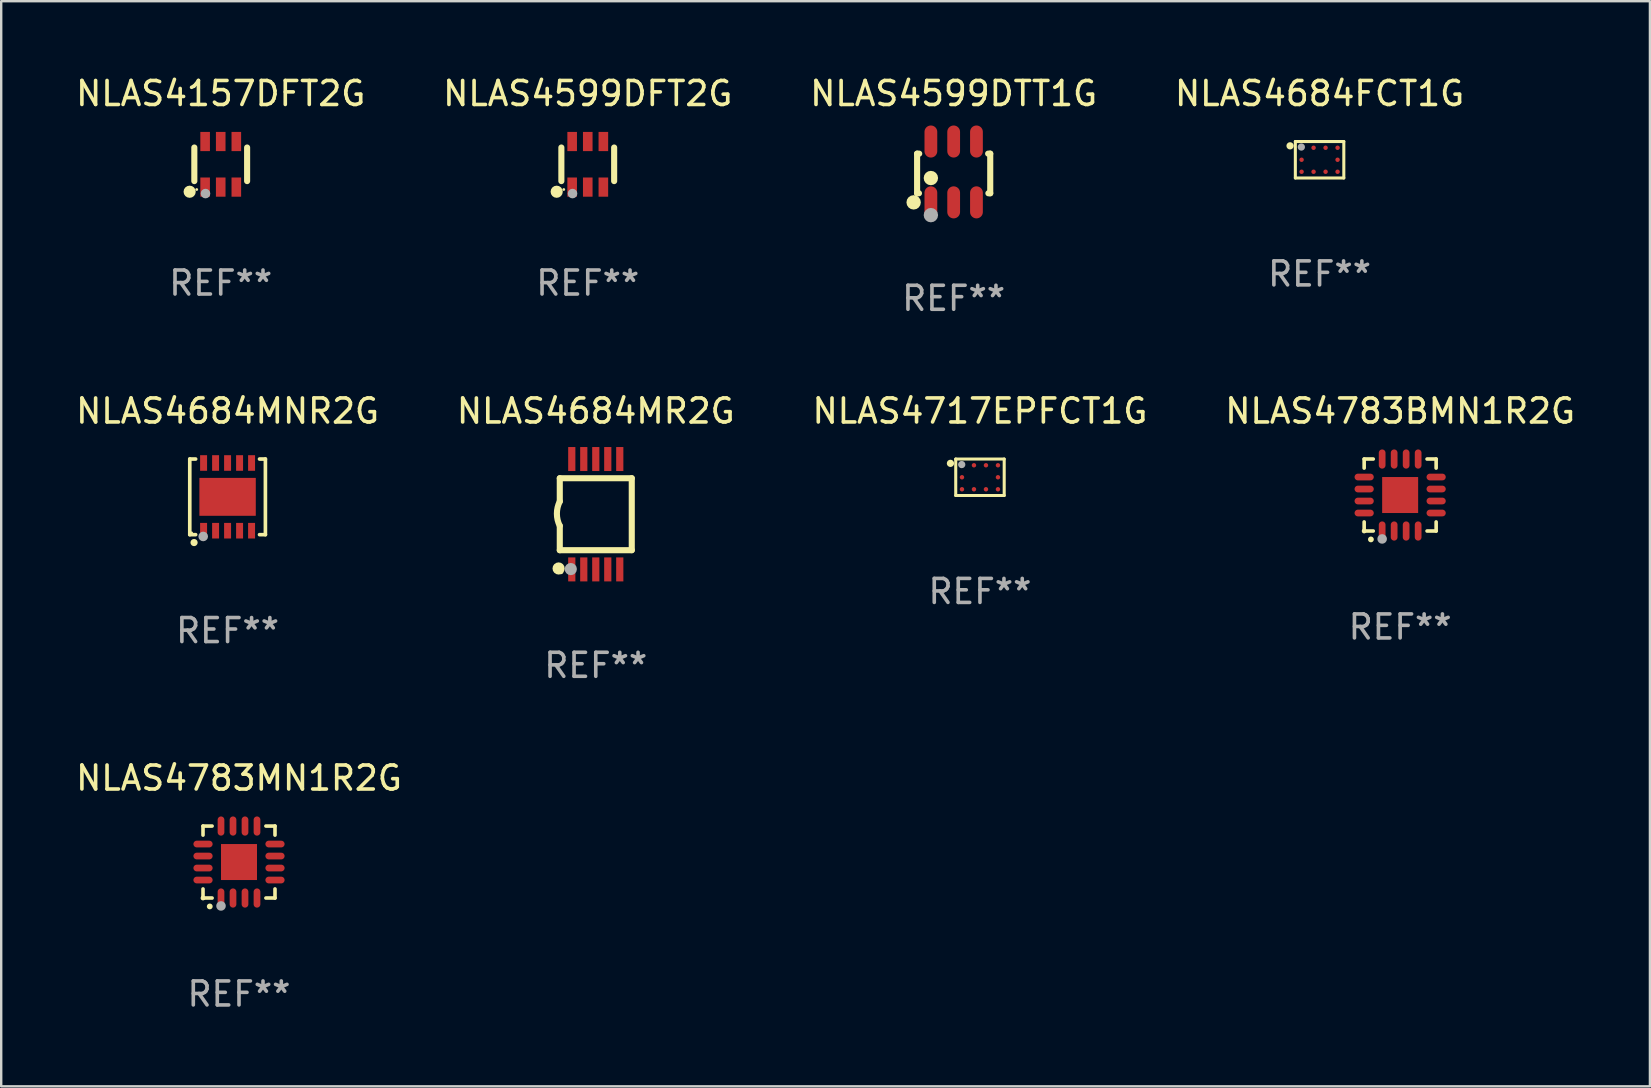
<source format=kicad_pcb>
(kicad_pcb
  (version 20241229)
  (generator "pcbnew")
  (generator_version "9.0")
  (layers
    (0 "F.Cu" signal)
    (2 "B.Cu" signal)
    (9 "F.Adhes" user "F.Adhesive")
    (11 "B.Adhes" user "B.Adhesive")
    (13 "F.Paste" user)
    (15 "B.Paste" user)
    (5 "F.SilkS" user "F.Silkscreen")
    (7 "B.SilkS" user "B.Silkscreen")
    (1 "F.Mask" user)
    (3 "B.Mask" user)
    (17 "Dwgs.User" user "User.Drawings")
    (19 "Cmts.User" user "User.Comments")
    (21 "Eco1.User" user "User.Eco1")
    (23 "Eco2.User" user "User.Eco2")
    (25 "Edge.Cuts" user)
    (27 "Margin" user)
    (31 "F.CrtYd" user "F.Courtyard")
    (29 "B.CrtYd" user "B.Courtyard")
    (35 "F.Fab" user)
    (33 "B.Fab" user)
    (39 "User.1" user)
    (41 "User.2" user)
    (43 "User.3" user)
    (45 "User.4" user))
  (footprint "NLAS4157DFT2G"
    (layer "F.Cu")
    (at 6.149 3.798)
    (property "Reference" "NLAS4157DFT2G" (at 0 -2.95 0) (layer "F.SilkS") (effects (font (size 1 1) (thickness 0.15))))
    (attr through_hole)
    (fp_line (start -1.1 -0.7) (end -1.1 0.7) (stroke (width 0.254) (type solid)) (layer "F.SilkS"))
    (fp_line (start 1.1 -0.7) (end 1.1 0.7) (stroke (width 0.254) (type solid)) (layer "F.SilkS"))
    (fp_circle (center -1.295 1.143) (end -1.168 1.143) (stroke (width 0.254) (type solid)) (fill no) (layer "F.SilkS"))
    (fp_circle (center -1 1.05) (end -0.97 1.05) (stroke (width 0.06) (type solid)) (fill no) (layer "F.SilkS"))
    (fp_circle (center -0.635 1.219) (end -0.535 1.219) (stroke (width 0.2) (type solid)) (fill no) (layer "F.Fab"))
    (fp_text user "REF**" (at 0 4.95 0) (layer "F.Fab") (effects (font (size 1 1) (thickness 0.15))))
    (pad "1" smd rect (at -0.65 0.95) (size 0.4 0.8) (layers "F.Cu" "F.Mask" "F.Paste"))
    (pad "2" smd rect (at 0 0.95) (size 0.4 0.8) (layers "F.Cu" "F.Mask" "F.Paste"))
    (pad "3" smd rect (at 0.65 0.95) (size 0.4 0.8) (layers "F.Cu" "F.Mask" "F.Paste"))
    (pad "4" smd rect (at 0.65 -0.95) (size 0.4 0.8) (layers "F.Cu" "F.Mask" "F.Paste"))
    (pad "5" smd rect (at 0 -0.95) (size 0.4 0.8) (layers "F.Cu" "F.Mask" "F.Paste"))
    (pad "6" smd rect (at -0.65 -0.95) (size 0.4 0.8) (layers "F.Cu" "F.Mask" "F.Paste")))
  (footprint "NLAS4684MNR2G"
    (layer "F.Cu")
    (at 6.435 17.657)
    (property "Reference" "NLAS4684MNR2G" (at 0 -3.576 0) (layer "F.SilkS") (effects (font (size 1 1) (thickness 0.15))))
    (attr through_hole)
    (fp_line (start -1.576 -1.576) (end -1.331 -1.576) (stroke (width 0.152) (type solid)) (layer "F.SilkS"))
    (fp_line (start -1.576 1.576) (end -1.576 -1.576) (stroke (width 0.152) (type solid)) (layer "F.SilkS"))
    (fp_line (start -1.331 1.576) (end -1.576 1.576) (stroke (width 0.152) (type solid)) (layer "F.SilkS"))
    (fp_line (start 1.331 1.576) (end 1.576 1.576) (stroke (width 0.152) (type solid)) (layer "F.SilkS"))
    (fp_line (start 1.576 -1.576) (end 1.331 -1.576) (stroke (width 0.152) (type solid)) (layer "F.SilkS"))
    (fp_line (start 1.576 1.576) (end 1.576 -1.576) (stroke (width 0.152) (type solid)) (layer "F.SilkS"))
    (fp_circle (center -1.5 1.5) (end -1.47 1.5) (stroke (width 0.06) (type solid)) (fill no) (layer "F.SilkS"))
    (fp_circle (center -1.397 1.905) (end -1.322 1.905) (stroke (width 0.15) (type solid)) (fill no) (layer "F.SilkS"))
    (fp_circle (center -1.016 1.651) (end -0.916 1.651) (stroke (width 0.2) (type solid)) (fill no) (layer "F.Fab"))
    (fp_text user "REF**" (at 0 5.576 0) (layer "F.Fab") (effects (font (size 1 1) (thickness 0.15))))
    (pad "1" smd rect (at -1 1.411) (size 0.29 0.65) (layers "F.Cu" "F.Mask" "F.Paste"))
    (pad "2" smd rect (at -0.5 1.411) (size 0.29 0.65) (layers "F.Cu" "F.Mask" "F.Paste"))
    (pad "3" smd rect (at 0 1.411) (size 0.29 0.65) (layers "F.Cu" "F.Mask" "F.Paste"))
    (pad "4" smd rect (at 0.5 1.411) (size 0.29 0.65) (layers "F.Cu" "F.Mask" "F.Paste"))
    (pad "5" smd rect (at 1 1.411) (size 0.29 0.65) (layers "F.Cu" "F.Mask" "F.Paste"))
    (pad "6" smd rect (at 1 -1.411) (size 0.29 0.65) (layers "F.Cu" "F.Mask" "F.Paste"))
    (pad "7" smd rect (at 0.5 -1.411) (size 0.29 0.65) (layers "F.Cu" "F.Mask" "F.Paste"))
    (pad "8" smd rect (at 0 -1.411) (size 0.29 0.65) (layers "F.Cu" "F.Mask" "F.Paste"))
    (pad "9" smd rect (at -0.5 -1.411) (size 0.29 0.65) (layers "F.Cu" "F.Mask" "F.Paste"))
    (pad "10" smd rect (at -1 -1.411) (size 0.29 0.65) (layers "F.Cu" "F.Mask" "F.Paste"))
    (pad "11" smd rect (at 0 0) (size 2.35 1.58) (layers "F.Cu" "F.Mask" "F.Paste")))
  (footprint "NLAS4783BMN1R2G"
    (layer "F.Cu")
    (at 55.304 17.581)
    (property "Reference" "NLAS4783BMN1R2G" (at 0 -3.5 0) (layer "F.SilkS") (effects (font (size 1 1) (thickness 0.15))))
    (attr through_hole)
    (fp_line (start -1.5 -1.5) (end -1.121 -1.5) (stroke (width 0.15) (type solid)) (layer "F.SilkS"))
    (fp_line (start -1.5 -1.122) (end -1.5 -1.5) (stroke (width 0.15) (type solid)) (layer "F.SilkS"))
    (fp_line (start -1.5 1.5) (end -1.5 1.121) (stroke (width 0.15) (type solid)) (layer "F.SilkS"))
    (fp_line (start -1.121 1.5) (end -1.5 1.5) (stroke (width 0.15) (type solid)) (layer "F.SilkS"))
    (fp_line (start 1.121 -1.5) (end 1.5 -1.5) (stroke (width 0.15) (type solid)) (layer "F.SilkS"))
    (fp_line (start 1.5 -1.5) (end 1.5 -1.122) (stroke (width 0.15) (type solid)) (layer "F.SilkS"))
    (fp_line (start 1.5 1.121) (end 1.5 1.5) (stroke (width 0.15) (type solid)) (layer "F.SilkS"))
    (fp_line (start 1.5 1.5) (end 1.121 1.5) (stroke (width 0.15) (type solid)) (layer "F.SilkS"))
    (fp_arc (start -1.219926 1.850254) (mid -1.21891 1.85025) (end -1.217894 1.850254) (stroke (width 0.240005) (type solid)) (layer "F.SilkS"))
    (fp_circle (center -1.5 1.5) (end -1.45 1.5) (stroke (width 0.1) (type solid)) (fill no) (layer "F.SilkS"))
    (fp_circle (center -0.75 1.83) (end -0.65 1.83) (stroke (width 0.2) (type solid)) (fill no) (layer "F.Fab"))
    (fp_text user "REF**" (at 0 5.5 0) (layer "F.Fab") (effects (font (size 1 1) (thickness 0.15))))
    (pad "1" smd oval (at -0.75 1.5) (size 0.28 0.8) (layers "F.Cu" "F.Mask" "F.Paste"))
    (pad "2" smd oval (at -0.25 1.5) (size 0.28 0.8) (layers "F.Cu" "F.Mask" "F.Paste"))
    (pad "3" smd oval (at 0.25 1.5) (size 0.28 0.8) (layers "F.Cu" "F.Mask" "F.Paste"))
    (pad "4" smd oval (at 0.75 1.5) (size 0.28 0.8) (layers "F.Cu" "F.Mask" "F.Paste"))
    (pad "5" smd oval (at 1.5 0.75) (size 0.8 0.28) (layers "F.Cu" "F.Mask" "F.Paste"))
    (pad "6" smd oval (at 1.5 0.25) (size 0.8 0.28) (layers "F.Cu" "F.Mask" "F.Paste"))
    (pad "7" smd oval (at 1.5 -0.25) (size 0.8 0.28) (layers "F.Cu" "F.Mask" "F.Paste"))
    (pad "8" smd oval (at 1.5 -0.75) (size 0.8 0.28) (layers "F.Cu" "F.Mask" "F.Paste"))
    (pad "9" smd oval (at 0.75 -1.5) (size 0.28 0.8) (layers "F.Cu" "F.Mask" "F.Paste"))
    (pad "10" smd oval (at 0.25 -1.5) (size 0.28 0.8) (layers "F.Cu" "F.Mask" "F.Paste"))
    (pad "11" smd oval (at -0.25 -1.5) (size 0.28 0.8) (layers "F.Cu" "F.Mask" "F.Paste"))
    (pad "12" smd oval (at -0.75 -1.5) (size 0.28 0.8) (layers "F.Cu" "F.Mask" "F.Paste"))
    (pad "13" smd oval (at -1.5 -0.75) (size 0.8 0.28) (layers "F.Cu" "F.Mask" "F.Paste"))
    (pad "14" smd oval (at -1.5 -0.25) (size 0.8 0.28) (layers "F.Cu" "F.Mask" "F.Paste"))
    (pad "15" smd oval (at -1.5 0.25) (size 0.8 0.28) (layers "F.Cu" "F.Mask" "F.Paste"))
    (pad "16" smd oval (at -1.5 0.75) (size 0.8 0.28) (layers "F.Cu" "F.Mask" "F.Paste"))
    (pad "17" smd rect (at -0.000064 0.000165) (size 1.5 1.5) (layers "F.Cu" "F.Mask" "F.Paste")))
  (footprint "NLAS4684MR2G"
    (layer "F.Cu")
    (at 21.78 18.381)
    (property "Reference" "NLAS4684MR2G" (at 0 -4.3 0) (layer "F.SilkS") (effects (font (size 1 1) (thickness 0.15))))
    (attr through_hole)
    (fp_line (start -1.5 -1.5) (end -1.5 -0.533) (stroke (width 0.254) (type solid)) (layer "F.SilkS"))
    (fp_line (start -1.5 -1.5) (end 1.5 -1.5) (stroke (width 0.254) (type solid)) (layer "F.SilkS"))
    (fp_line (start -1.5 1.5) (end -1.5 0.483) (stroke (width 0.254) (type solid)) (layer "F.SilkS"))
    (fp_line (start -1.5 1.5) (end 1.5 1.5) (stroke (width 0.254) (type solid)) (layer "F.SilkS"))
    (fp_line (start 1.5 1.5) (end 1.5 -1.5) (stroke (width 0.254) (type solid)) (layer "F.SilkS"))
    (fp_arc (start -1.501015 0.483109) (mid -1.620651 -0.025266) (end -1.5 -0.533401) (stroke (width 0.254001) (type solid)) (layer "F.SilkS"))
    (fp_circle (center -1.549 2.261) (end -1.422 2.261) (stroke (width 0.254) (type solid)) (fill no) (layer "F.SilkS"))
    (fp_circle (center -1.45 2.4) (end -1.4 2.4) (stroke (width 0.1) (type solid)) (fill no) (layer "F.SilkS"))
    (fp_circle (center -1.041 2.286) (end -0.914 2.286) (stroke (width 0.254) (type solid)) (fill no) (layer "F.Fab"))
    (fp_text user "REF**" (at 0 6.3 0) (layer "F.Fab") (effects (font (size 1 1) (thickness 0.15))))
    (pad "1" smd rect (at -1 2.3 90) (size 1 0.3) (layers "F.Cu" "F.Mask" "F.Paste"))
    (pad "2" smd rect (at -0.5 2.3 90) (size 1 0.3) (layers "F.Cu" "F.Mask" "F.Paste"))
    (pad "3" smd rect (at 0.000127 2.3 90) (size 1 0.3) (layers "F.Cu" "F.Mask" "F.Paste"))
    (pad "4" smd rect (at 0.5 2.3 90) (size 1 0.3) (layers "F.Cu" "F.Mask" "F.Paste"))
    (pad "5" smd rect (at 1 2.3 90) (size 1 0.3) (layers "F.Cu" "F.Mask" "F.Paste"))
    (pad "6" smd rect (at 1 -2.3 270) (size 1 0.3) (layers "F.Cu" "F.Mask" "F.Paste"))
    (pad "7" smd rect (at 0.5 -2.3 90) (size 1 0.3) (layers "F.Cu" "F.Mask" "F.Paste"))
    (pad "8" smd rect (at 0.000127 -2.3 90) (size 1 0.3) (layers "F.Cu" "F.Mask" "F.Paste"))
    (pad "9" smd rect (at -0.5 -2.3 90) (size 1 0.3) (layers "F.Cu" "F.Mask" "F.Paste"))
    (pad "10" smd rect (at -1 -2.3 90) (size 1 0.3) (layers "F.Cu" "F.Mask" "F.Paste")))
  (footprint "NLAS4684FCT1G"
    (layer "F.Cu")
    (at 51.946 3.608)
    (property "Reference" "NLAS4684FCT1G" (at 0 -2.76 0) (layer "F.SilkS") (effects (font (size 1 1) (thickness 0.15))))
    (attr through_hole)
    (fp_line (start -1.01 -0.76) (end -1.01 0.76) (stroke (width 0.127) (type solid)) (layer "F.SilkS"))
    (fp_line (start -1.01 -0.76) (end 1.01 -0.76) (stroke (width 0.127) (type solid)) (layer "F.SilkS"))
    (fp_line (start -1.01 0.76) (end 1.01 0.76) (stroke (width 0.127) (type solid)) (layer "F.SilkS"))
    (fp_line (start 1.01 -0.76) (end 1.01 0.76) (stroke (width 0.127) (type solid)) (layer "F.SilkS"))
    (fp_circle (center -1.23 -0.58) (end -1.154 -0.58) (stroke (width 0.152) (type solid)) (fill no) (layer "F.SilkS"))
    (fp_circle (center -1 -0.75) (end -0.97 -0.75) (stroke (width 0.06) (type solid)) (fill no) (layer "F.SilkS"))
    (fp_circle (center -0.76 -0.53) (end -0.684 -0.53) (stroke (width 0.152) (type solid)) (fill no) (layer "F.Fab"))
    (fp_text user "REF**" (at 0 4.76 0) (layer "F.Fab") (effects (font (size 1 1) (thickness 0.15))))
    (pad "A1" smd circle (at -0.75 -0.5) (size 0.185 0.185) (layers "F.Cu" "F.Mask" "F.Paste"))
    (pad "A2" smd circle (at -0.25 -0.5) (size 0.185 0.185) (layers "F.Cu" "F.Mask" "F.Paste"))
    (pad "A3" smd circle (at 0.25 -0.5) (size 0.185 0.185) (layers "F.Cu" "F.Mask" "F.Paste"))
    (pad "A4" smd circle (at 0.75 -0.5) (size 0.185 0.185) (layers "F.Cu" "F.Mask" "F.Paste"))
    (pad "B1" smd circle (at -0.75 0.00014) (size 0.185 0.185) (layers "F.Cu" "F.Mask" "F.Paste"))
    (pad "B4" smd circle (at 0.75 0.00014) (size 0.185 0.185) (layers "F.Cu" "F.Mask" "F.Paste"))
    (pad "C1" smd circle (at -0.75 0.5) (size 0.185 0.185) (layers "F.Cu" "F.Mask" "F.Paste"))
    (pad "C2" smd circle (at -0.25 0.5) (size 0.185 0.185) (layers "F.Cu" "F.Mask" "F.Paste"))
    (pad "C3" smd circle (at 0.25 0.5) (size 0.185 0.185) (layers "F.Cu" "F.Mask" "F.Paste"))
    (pad "C4" smd circle (at 0.75 0.5) (size 0.185 0.185) (layers "F.Cu" "F.Mask" "F.Paste")))
  (footprint "NLAS4599DFT2G"
    (layer "F.Cu")
    (at 21.446 3.798)
    (property "Reference" "NLAS4599DFT2G" (at 0 -2.95 0) (layer "F.SilkS") (effects (font (size 1 1) (thickness 0.15))))
    (attr through_hole)
    (fp_line (start -1.1 -0.7) (end -1.1 0.7) (stroke (width 0.254) (type solid)) (layer "F.SilkS"))
    (fp_line (start 1.1 -0.7) (end 1.1 0.7) (stroke (width 0.254) (type solid)) (layer "F.SilkS"))
    (fp_circle (center -1.295 1.143) (end -1.168 1.143) (stroke (width 0.254) (type solid)) (fill no) (layer "F.SilkS"))
    (fp_circle (center -1 1.05) (end -0.97 1.05) (stroke (width 0.06) (type solid)) (fill no) (layer "F.SilkS"))
    (fp_circle (center -0.635 1.219) (end -0.535 1.219) (stroke (width 0.2) (type solid)) (fill no) (layer "F.Fab"))
    (fp_text user "REF**" (at 0 4.95 0) (layer "F.Fab") (effects (font (size 1 1) (thickness 0.15))))
    (pad "1" smd rect (at -0.65 0.95) (size 0.4 0.8) (layers "F.Cu" "F.Mask" "F.Paste"))
    (pad "2" smd rect (at 0 0.95) (size 0.4 0.8) (layers "F.Cu" "F.Mask" "F.Paste"))
    (pad "3" smd rect (at 0.65 0.95) (size 0.4 0.8) (layers "F.Cu" "F.Mask" "F.Paste"))
    (pad "4" smd rect (at 0.65 -0.95) (size 0.4 0.8) (layers "F.Cu" "F.Mask" "F.Paste"))
    (pad "5" smd rect (at 0 -0.95) (size 0.4 0.8) (layers "F.Cu" "F.Mask" "F.Paste"))
    (pad "6" smd rect (at -0.65 -0.95) (size 0.4 0.8) (layers "F.Cu" "F.Mask" "F.Paste")))
  (footprint "NLAS4599DTT1G"
    (layer "F.Cu")
    (at 36.696 4.116)
    (property "Reference" "NLAS4599DTT1G" (at 0 -3.268 0) (layer "F.SilkS") (effects (font (size 1 1) (thickness 0.15))))
    (attr through_hole)
    (fp_line (start -1.524 -0.762) (end -1.524 0.889) (stroke (width 0.254) (type solid)) (layer "F.SilkS"))
    (fp_line (start -1.524 0.889) (end -1.447 0.889) (stroke (width 0.254) (type solid)) (layer "F.SilkS"))
    (fp_line (start -1.436 -0.762) (end -1.524 -0.762) (stroke (width 0.254) (type solid)) (layer "F.SilkS"))
    (fp_line (start 1.447 0.889) (end 1.524 0.889) (stroke (width 0.254) (type solid)) (layer "F.SilkS"))
    (fp_line (start 1.524 -0.762) (end 1.436 -0.762) (stroke (width 0.254) (type solid)) (layer "F.SilkS"))
    (fp_line (start 1.524 0.889) (end 1.524 -0.762) (stroke (width 0.254) (type solid)) (layer "F.SilkS"))
    (fp_circle (center -1.668 1.268) (end -1.518 1.268) (stroke (width 0.3) (type solid)) (fill no) (layer "F.SilkS"))
    (fp_circle (center -1.5 1.375) (end -1.47 1.375) (stroke (width 0.06) (type solid)) (fill no) (layer "F.SilkS"))
    (fp_circle (center -0.95 0.254) (end -0.8 0.254) (stroke (width 0.3) (type solid)) (fill no) (layer "F.SilkS"))
    (fp_circle (center -0.95 1.8) (end -0.8 1.8) (stroke (width 0.3) (type solid)) (fill no) (layer "F.Fab"))
    (fp_text user "REF**" (at 0 5.268 0) (layer "F.Fab") (effects (font (size 1 1) (thickness 0.15))))
    (pad "1" smd oval (at -0.95 1.268) (size 0.532 1.336) (layers "F.Cu" "F.Mask" "F.Paste"))
    (pad "2" smd oval (at 0 1.268) (size 0.532 1.336) (layers "F.Cu" "F.Mask" "F.Paste"))
    (pad "3" smd oval (at 0.95 1.268) (size 0.532 1.336) (layers "F.Cu" "F.Mask" "F.Paste"))
    (pad "4" smd oval (at 0.95 -1.268) (size 0.532 1.336) (layers "F.Cu" "F.Mask" "F.Paste"))
    (pad "5" smd oval (at 0 -1.268) (size 0.532 1.336) (layers "F.Cu" "F.Mask" "F.Paste"))
    (pad "6" smd oval (at -0.95 -1.268) (size 0.532 1.336) (layers "F.Cu" "F.Mask" "F.Paste")))
  (footprint "NLAS4717EPFCT1G"
    (layer "F.Cu")
    (at 37.792 16.841)
    (property "Reference" "NLAS4717EPFCT1G" (at 0 -2.76 0) (layer "F.SilkS") (effects (font (size 1 1) (thickness 0.15))))
    (attr through_hole)
    (fp_line (start -1.01 -0.76) (end -1.01 0.76) (stroke (width 0.127) (type solid)) (layer "F.SilkS"))
    (fp_line (start -1.01 -0.76) (end 1.01 -0.76) (stroke (width 0.127) (type solid)) (layer "F.SilkS"))
    (fp_line (start -1.01 0.76) (end 1.01 0.76) (stroke (width 0.127) (type solid)) (layer "F.SilkS"))
    (fp_line (start 1.01 -0.76) (end 1.01 0.76) (stroke (width 0.127) (type solid)) (layer "F.SilkS"))
    (fp_circle (center -1.23 -0.58) (end -1.154 -0.58) (stroke (width 0.152) (type solid)) (fill no) (layer "F.SilkS"))
    (fp_circle (center -1 -0.75) (end -0.97 -0.75) (stroke (width 0.06) (type solid)) (fill no) (layer "F.SilkS"))
    (fp_circle (center -0.76 -0.53) (end -0.684 -0.53) (stroke (width 0.152) (type solid)) (fill no) (layer "F.Fab"))
    (fp_text user "REF**" (at 0 4.76 0) (layer "F.Fab") (effects (font (size 1 1) (thickness 0.15))))
    (pad "A1" smd circle (at -0.75 -0.5) (size 0.185 0.185) (layers "F.Cu" "F.Mask" "F.Paste"))
    (pad "A2" smd circle (at -0.25 -0.5) (size 0.185 0.185) (layers "F.Cu" "F.Mask" "F.Paste"))
    (pad "A3" smd circle (at 0.25 -0.5) (size 0.185 0.185) (layers "F.Cu" "F.Mask" "F.Paste"))
    (pad "A4" smd circle (at 0.75 -0.5) (size 0.185 0.185) (layers "F.Cu" "F.Mask" "F.Paste"))
    (pad "B1" smd circle (at -0.75 0.00014) (size 0.185 0.185) (layers "F.Cu" "F.Mask" "F.Paste"))
    (pad "B4" smd circle (at 0.75 0.00014) (size 0.185 0.185) (layers "F.Cu" "F.Mask" "F.Paste"))
    (pad "C1" smd circle (at -0.75 0.5) (size 0.185 0.185) (layers "F.Cu" "F.Mask" "F.Paste"))
    (pad "C2" smd circle (at -0.25 0.5) (size 0.185 0.185) (layers "F.Cu" "F.Mask" "F.Paste"))
    (pad "C3" smd circle (at 0.25 0.5) (size 0.185 0.185) (layers "F.Cu" "F.Mask" "F.Paste"))
    (pad "C4" smd circle (at 0.75 0.5) (size 0.185 0.185) (layers "F.Cu" "F.Mask" "F.Paste")))
  (footprint "NLAS4783MN1R2G"
    (layer "F.Cu")
    (at 6.911 32.877)
    (property "Reference" "NLAS4783MN1R2G" (at 0 -3.5 0) (layer "F.SilkS") (effects (font (size 1 1) (thickness 0.15))))
    (attr through_hole)
    (fp_line (start -1.5 -1.5) (end -1.121 -1.5) (stroke (width 0.15) (type solid)) (layer "F.SilkS"))
    (fp_line (start -1.5 -1.122) (end -1.5 -1.5) (stroke (width 0.15) (type solid)) (layer "F.SilkS"))
    (fp_line (start -1.5 1.5) (end -1.5 1.121) (stroke (width 0.15) (type solid)) (layer "F.SilkS"))
    (fp_line (start -1.121 1.5) (end -1.5 1.5) (stroke (width 0.15) (type solid)) (layer "F.SilkS"))
    (fp_line (start 1.121 -1.5) (end 1.5 -1.5) (stroke (width 0.15) (type solid)) (layer "F.SilkS"))
    (fp_line (start 1.5 -1.5) (end 1.5 -1.122) (stroke (width 0.15) (type solid)) (layer "F.SilkS"))
    (fp_line (start 1.5 1.121) (end 1.5 1.5) (stroke (width 0.15) (type solid)) (layer "F.SilkS"))
    (fp_line (start 1.5 1.5) (end 1.121 1.5) (stroke (width 0.15) (type solid)) (layer "F.SilkS"))
    (fp_arc (start -1.219926 1.850254) (mid -1.21891 1.85025) (end -1.217894 1.850254) (stroke (width 0.240005) (type solid)) (layer "F.SilkS"))
    (fp_circle (center -1.5 1.5) (end -1.45 1.5) (stroke (width 0.1) (type solid)) (fill no) (layer "F.SilkS"))
    (fp_circle (center -0.75 1.83) (end -0.65 1.83) (stroke (width 0.2) (type solid)) (fill no) (layer "F.Fab"))
    (fp_text user "REF**" (at 0 5.5 0) (layer "F.Fab") (effects (font (size 1 1) (thickness 0.15))))
    (pad "1" smd oval (at -0.75 1.5) (size 0.28 0.8) (layers "F.Cu" "F.Mask" "F.Paste"))
    (pad "2" smd oval (at -0.25 1.5) (size 0.28 0.8) (layers "F.Cu" "F.Mask" "F.Paste"))
    (pad "3" smd oval (at 0.25 1.5) (size 0.28 0.8) (layers "F.Cu" "F.Mask" "F.Paste"))
    (pad "4" smd oval (at 0.75 1.5) (size 0.28 0.8) (layers "F.Cu" "F.Mask" "F.Paste"))
    (pad "5" smd oval (at 1.5 0.75) (size 0.8 0.28) (layers "F.Cu" "F.Mask" "F.Paste"))
    (pad "6" smd oval (at 1.5 0.25) (size 0.8 0.28) (layers "F.Cu" "F.Mask" "F.Paste"))
    (pad "7" smd oval (at 1.5 -0.25) (size 0.8 0.28) (layers "F.Cu" "F.Mask" "F.Paste"))
    (pad "8" smd oval (at 1.5 -0.75) (size 0.8 0.28) (layers "F.Cu" "F.Mask" "F.Paste"))
    (pad "9" smd oval (at 0.75 -1.5) (size 0.28 0.8) (layers "F.Cu" "F.Mask" "F.Paste"))
    (pad "10" smd oval (at 0.25 -1.5) (size 0.28 0.8) (layers "F.Cu" "F.Mask" "F.Paste"))
    (pad "11" smd oval (at -0.25 -1.5) (size 0.28 0.8) (layers "F.Cu" "F.Mask" "F.Paste"))
    (pad "12" smd oval (at -0.75 -1.5) (size 0.28 0.8) (layers "F.Cu" "F.Mask" "F.Paste"))
    (pad "13" smd oval (at -1.5 -0.75) (size 0.8 0.28) (layers "F.Cu" "F.Mask" "F.Paste"))
    (pad "14" smd oval (at -1.5 -0.25) (size 0.8 0.28) (layers "F.Cu" "F.Mask" "F.Paste"))
    (pad "15" smd oval (at -1.5 0.25) (size 0.8 0.28) (layers "F.Cu" "F.Mask" "F.Paste"))
    (pad "16" smd oval (at -1.5 0.75) (size 0.8 0.28) (layers "F.Cu" "F.Mask" "F.Paste"))
    (pad "17" smd rect (at -0.000064 0.000165) (size 1.5 1.5) (layers "F.Cu" "F.Mask" "F.Paste")))
  (gr_rect
    (start -3 -3)
    (end 65.714 42.226)
    (stroke (width 0.1) (type default))
    (fill no)
    (layer "Edge.Cuts")))
</source>
